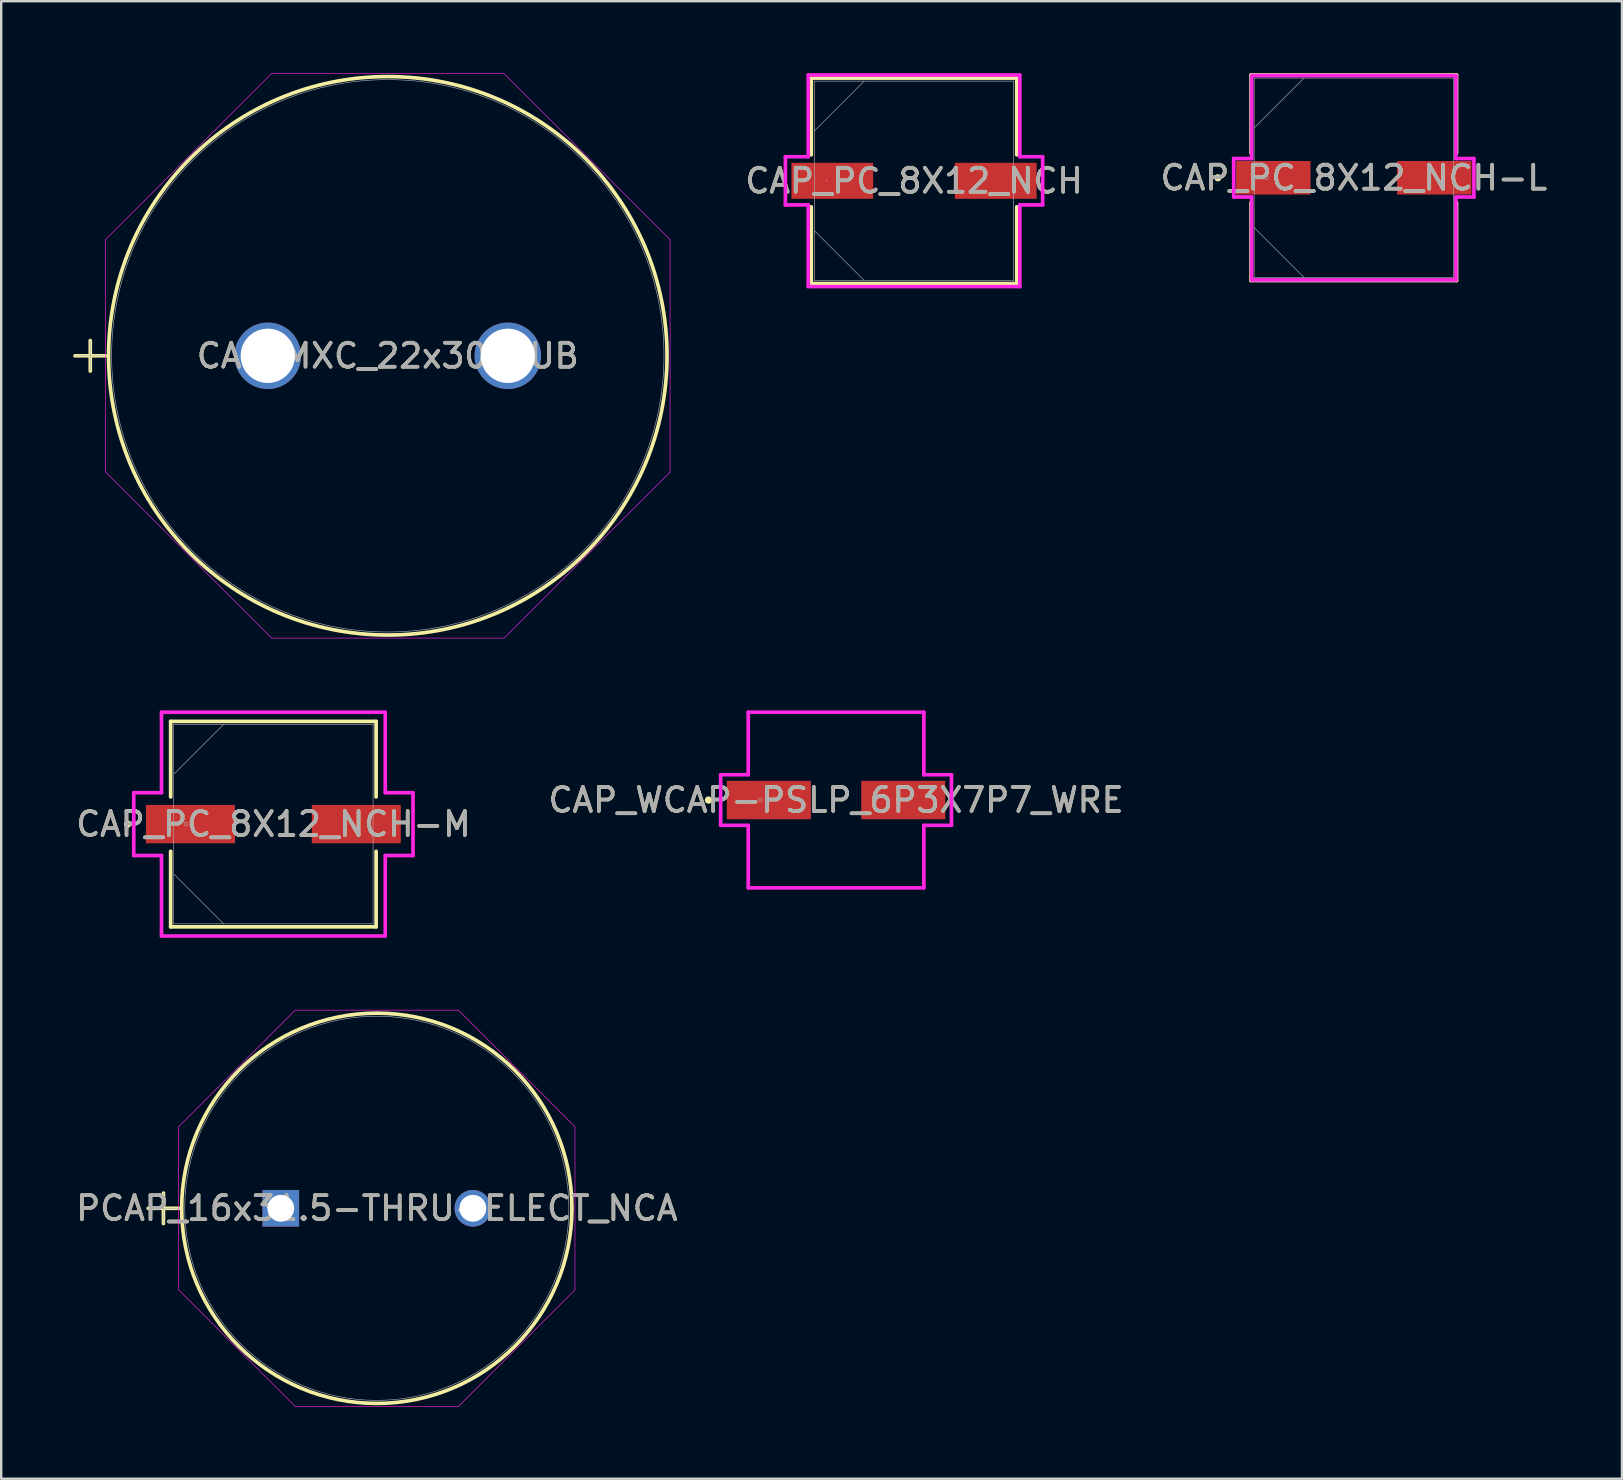
<source format=kicad_pcb>
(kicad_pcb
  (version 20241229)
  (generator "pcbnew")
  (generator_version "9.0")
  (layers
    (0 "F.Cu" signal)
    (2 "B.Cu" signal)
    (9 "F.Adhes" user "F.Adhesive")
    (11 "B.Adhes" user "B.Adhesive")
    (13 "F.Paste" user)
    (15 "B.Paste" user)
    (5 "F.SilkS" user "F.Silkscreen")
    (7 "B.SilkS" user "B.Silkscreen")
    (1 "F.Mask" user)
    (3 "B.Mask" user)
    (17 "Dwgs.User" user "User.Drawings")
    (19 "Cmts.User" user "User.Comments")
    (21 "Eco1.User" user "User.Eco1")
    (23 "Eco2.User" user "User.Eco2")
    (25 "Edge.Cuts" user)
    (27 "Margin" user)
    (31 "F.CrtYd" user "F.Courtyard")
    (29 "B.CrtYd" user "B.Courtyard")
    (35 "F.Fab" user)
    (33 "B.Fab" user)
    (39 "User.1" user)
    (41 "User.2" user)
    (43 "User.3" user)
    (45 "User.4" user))
  (footprint "PCAP_16x31.5-THRU-ELECT_NCA"
    (layer "F.Cu")
    (at 8.648 47.288)
    (property "Reference" "PCAP_16x31.5-THRU-ELECT_NCA" (at 4 0 0) (unlocked yes) (layer "F.SilkS") (effects (font (size 1 1) (thickness 0.15))))
    (attr through_hole)
    (fp_line (start -5.524 0) (end -4.255 0) (stroke (width 0.152) (type solid)) (layer "F.SilkS"))
    (fp_line (start -4.889 -0.635) (end -4.889 0.635) (stroke (width 0.152) (type solid)) (layer "F.SilkS"))
    (fp_circle (center 4 0) (end 12.129 0) (stroke (width 0.152) (type solid)) (fill no) (layer "F.SilkS"))
    (fp_line (start -4.255 -3.399) (end 0.601 -8.255) (stroke (width 0.025) (type solid)) (layer "F.CrtYd"))
    (fp_line (start -4.255 3.399) (end -4.255 -3.399) (stroke (width 0.025) (type solid)) (layer "F.CrtYd"))
    (fp_line (start 0.601 -8.255) (end 7.4 -8.255) (stroke (width 0.025) (type solid)) (layer "F.CrtYd"))
    (fp_line (start 0.601 8.255) (end -4.255 3.399) (stroke (width 0.025) (type solid)) (layer "F.CrtYd"))
    (fp_line (start 7.4 -8.255) (end 12.255 -3.399) (stroke (width 0.025) (type solid)) (layer "F.CrtYd"))
    (fp_line (start 7.4 8.255) (end 0.601 8.255) (stroke (width 0.025) (type solid)) (layer "F.CrtYd"))
    (fp_line (start 12.255 -3.399) (end 12.255 3.399) (stroke (width 0.025) (type solid)) (layer "F.CrtYd"))
    (fp_line (start 12.255 3.399) (end 7.4 8.255) (stroke (width 0.025) (type solid)) (layer "F.CrtYd"))
    (fp_line (start -5.524 0) (end -4.255 0) (stroke (width 0.025) (type solid)) (layer "F.Fab"))
    (fp_line (start -4.889 -0.635) (end -4.889 0.635) (stroke (width 0.025) (type solid)) (layer "F.Fab"))
    (fp_circle (center 4 0) (end 12.002 0) (stroke (width 0.025) (type solid)) (fill no) (layer "F.Fab"))
    (fp_text user "${REFERENCE}" (at 4 0 0) (unlocked yes) (layer "F.Fab") (effects (font (size 1 1) (thickness 0.15))))
    (pad "1" thru_hole rect (at 0 0) (size 1.524 1.524) (drill 1.118) (layers "*.Cu" "*.Mask"))
    (pad "2" thru_hole circle (at 8.001 0) (size 1.524 1.524) (drill 1.118) (layers "*.Cu" "*.Mask")))
  (footprint "CAP_PC_8X12_NCH"
    (layer "F.Cu")
    (at 35.028 4.483)
    (property "Reference" "CAP_PC_8X12_NCH" (at 0 0 0) (unlocked yes) (layer "F.SilkS") (effects (font (size 1 1) (thickness 0.15))))
    (attr smd)
    (fp_line (start -4.28 -4.28) (end -4.28 -1.082) (stroke (width 0.152) (type solid)) (layer "F.SilkS"))
    (fp_line (start -4.28 1.082) (end -4.28 4.28) (stroke (width 0.152) (type solid)) (layer "F.SilkS"))
    (fp_line (start -4.28 4.28) (end 4.28 4.28) (stroke (width 0.152) (type solid)) (layer "F.SilkS"))
    (fp_line (start 4.28 -4.28) (end -4.28 -4.28) (stroke (width 0.152) (type solid)) (layer "F.SilkS"))
    (fp_line (start 4.28 -1.082) (end 4.28 -4.28) (stroke (width 0.152) (type solid)) (layer "F.SilkS"))
    (fp_line (start 4.28 4.28) (end 4.28 1.082) (stroke (width 0.152) (type solid)) (layer "F.SilkS"))
    (fp_line (start -5.359 -1.003) (end -4.407 -1.003) (stroke (width 0.152) (type solid)) (layer "F.CrtYd"))
    (fp_line (start -5.359 1.003) (end -5.359 -1.003) (stroke (width 0.152) (type solid)) (layer "F.CrtYd"))
    (fp_line (start -4.407 -4.407) (end 4.407 -4.407) (stroke (width 0.152) (type solid)) (layer "F.CrtYd"))
    (fp_line (start -4.407 -1.003) (end -4.407 -4.407) (stroke (width 0.152) (type solid)) (layer "F.CrtYd"))
    (fp_line (start -4.407 1.003) (end -5.359 1.003) (stroke (width 0.152) (type solid)) (layer "F.CrtYd"))
    (fp_line (start -4.407 4.407) (end -4.407 1.003) (stroke (width 0.152) (type solid)) (layer "F.CrtYd"))
    (fp_line (start 4.407 -4.407) (end 4.407 -1.003) (stroke (width 0.152) (type solid)) (layer "F.CrtYd"))
    (fp_line (start 4.407 -1.003) (end 5.359 -1.003) (stroke (width 0.152) (type solid)) (layer "F.CrtYd"))
    (fp_line (start 4.407 1.003) (end 4.407 4.407) (stroke (width 0.152) (type solid)) (layer "F.CrtYd"))
    (fp_line (start 4.407 4.407) (end -4.407 4.407) (stroke (width 0.152) (type solid)) (layer "F.CrtYd"))
    (fp_line (start 5.359 -1.003) (end 5.359 1.003) (stroke (width 0.152) (type solid)) (layer "F.CrtYd"))
    (fp_line (start 5.359 1.003) (end 4.407 1.003) (stroke (width 0.152) (type solid)) (layer "F.CrtYd"))
    (fp_line (start -4.153 -4.153) (end -4.153 4.153) (stroke (width 0.025) (type solid)) (layer "F.Fab"))
    (fp_line (start -4.153 -2.076) (end -2.076 -4.153) (stroke (width 0.025) (type solid)) (layer "F.Fab"))
    (fp_line (start -4.153 2.076) (end -2.076 4.153) (stroke (width 0.025) (type solid)) (layer "F.Fab"))
    (fp_line (start -4.153 4.153) (end 4.153 4.153) (stroke (width 0.025) (type solid)) (layer "F.Fab"))
    (fp_line (start 4.153 -4.153) (end -4.153 -4.153) (stroke (width 0.025) (type solid)) (layer "F.Fab"))
    (fp_line (start 4.153 4.153) (end 4.153 -4.153) (stroke (width 0.025) (type solid)) (layer "F.Fab"))
    (fp_circle (center -3.645 0) (end -3.645 0) (stroke (width 0.025) (type solid)) (fill no) (layer "F.Fab"))
    (fp_text user "${REFERENCE}" (at 0 0 0) (unlocked yes) (layer "F.Fab") (effects (font (size 1 1) (thickness 0.15))))
    (pad "1" smd rect (at -3.404 0) (size 3.404 1.499) (layers "F.Cu" "F.Mask" "F.Paste"))
    (pad "2" smd rect (at 3.404 0) (size 3.404 1.499) (layers "F.Cu" "F.Mask" "F.Paste"))
    (zone (net_name "") (layer "F.Cu") (hatch full 0.508) (connect_pads) (min_thickness 0.254) (filled_areas_thickness no) (keepout (tracks not_allowed) (vias not_allowed) (pads allowed) (copperpour not_allowed) (footprints allowed)) (placement (enabled no)) (fill) (polygon (pts (xy 30.926 0.381) (xy 39.13 0.381) (xy 39.13 3.683) (xy 30.926 3.683))))
    (zone (net_name "") (layer "F.Cu") (hatch full 0.508) (connect_pads) (min_thickness 0.254) (filled_areas_thickness no) (keepout (tracks not_allowed) (vias not_allowed) (pads allowed) (copperpour not_allowed) (footprints allowed)) (placement (enabled no)) (fill) (polygon (pts (xy 30.926 5.283) (xy 39.13 5.283) (xy 39.13 8.585) (xy 30.926 8.585))))
    (zone (net_name "") (layer "F.Cu") (hatch full 0.508) (connect_pads) (min_thickness 0.254) (filled_areas_thickness no) (keepout (tracks not_allowed) (vias not_allowed) (pads allowed) (copperpour not_allowed) (footprints allowed)) (placement (enabled no)) (fill) (polygon (pts (xy 33.377 3.683) (xy 36.679 3.683) (xy 36.679 5.283) (xy 33.377 5.283)))))
  (footprint "CAP_PC_8X12_NCH-L"
    (layer "F.Cu")
    (at 53.35 4.356)
    (property "Reference" "CAP_PC_8X12_NCH-L" (at 0 0 0) (unlocked yes) (layer "F.SilkS") (effects (font (size 1 1) (thickness 0.15))))
    (attr smd)
    (fp_line (start -4.28 -4.28) (end -4.28 -1.031) (stroke (width 0.152) (type solid)) (layer "F.SilkS"))
    (fp_line (start -4.28 1.031) (end -4.28 4.28) (stroke (width 0.152) (type solid)) (layer "F.SilkS"))
    (fp_line (start -4.28 4.28) (end 4.28 4.28) (stroke (width 0.152) (type solid)) (layer "F.SilkS"))
    (fp_line (start 4.28 -4.28) (end -4.28 -4.28) (stroke (width 0.152) (type solid)) (layer "F.SilkS"))
    (fp_line (start 4.28 -1.031) (end 4.28 -4.28) (stroke (width 0.152) (type solid)) (layer "F.SilkS"))
    (fp_line (start 4.28 4.28) (end 4.28 1.031) (stroke (width 0.152) (type solid)) (layer "F.SilkS"))
    (fp_circle (center -5.664 0) (end -5.588 0) (stroke (width 0.152) (type solid)) (fill no) (layer "F.SilkS"))
    (fp_line (start -5.004 -0.8) (end -4.255 -0.8) (stroke (width 0.152) (type solid)) (layer "F.CrtYd"))
    (fp_line (start -5.004 0.8) (end -5.004 -0.8) (stroke (width 0.152) (type solid)) (layer "F.CrtYd"))
    (fp_line (start -4.255 -4.255) (end 4.255 -4.255) (stroke (width 0.152) (type solid)) (layer "F.CrtYd"))
    (fp_line (start -4.255 -0.8) (end -4.255 -4.255) (stroke (width 0.152) (type solid)) (layer "F.CrtYd"))
    (fp_line (start -4.255 0.8) (end -5.004 0.8) (stroke (width 0.152) (type solid)) (layer "F.CrtYd"))
    (fp_line (start -4.255 4.255) (end -4.255 0.8) (stroke (width 0.152) (type solid)) (layer "F.CrtYd"))
    (fp_line (start 4.255 -4.255) (end 4.255 -0.8) (stroke (width 0.152) (type solid)) (layer "F.CrtYd"))
    (fp_line (start 4.255 -0.8) (end 5.004 -0.8) (stroke (width 0.152) (type solid)) (layer "F.CrtYd"))
    (fp_line (start 4.255 0.8) (end 4.255 4.255) (stroke (width 0.152) (type solid)) (layer "F.CrtYd"))
    (fp_line (start 4.255 4.255) (end -4.255 4.255) (stroke (width 0.152) (type solid)) (layer "F.CrtYd"))
    (fp_line (start 5.004 -0.8) (end 5.004 0.8) (stroke (width 0.152) (type solid)) (layer "F.CrtYd"))
    (fp_line (start 5.004 0.8) (end 4.255 0.8) (stroke (width 0.152) (type solid)) (layer "F.CrtYd"))
    (fp_line (start -4.153 -4.153) (end -4.153 4.153) (stroke (width 0.025) (type solid)) (layer "F.Fab"))
    (fp_line (start -4.153 -2.076) (end -2.076 -4.153) (stroke (width 0.025) (type solid)) (layer "F.Fab"))
    (fp_line (start -4.153 2.076) (end -2.076 4.153) (stroke (width 0.025) (type solid)) (layer "F.Fab"))
    (fp_line (start -4.153 4.153) (end 4.153 4.153) (stroke (width 0.025) (type solid)) (layer "F.Fab"))
    (fp_line (start 4.153 -4.153) (end -4.153 -4.153) (stroke (width 0.025) (type solid)) (layer "F.Fab"))
    (fp_line (start 4.153 4.153) (end 4.153 -4.153) (stroke (width 0.025) (type solid)) (layer "F.Fab"))
    (fp_circle (center -3.645 0) (end -3.569 0) (stroke (width 0.025) (type solid)) (fill no) (layer "F.Fab"))
    (fp_text user "${REFERENCE}" (at 0 0 0) (unlocked yes) (layer "F.Fab") (effects (font (size 1 1) (thickness 0.15))))
    (pad "1" smd rect (at -3.353 0) (size 3.099 1.397) (layers "F.Cu" "F.Mask" "F.Paste"))
    (pad "2" smd rect (at 3.353 0) (size 3.099 1.397) (layers "F.Cu" "F.Mask" "F.Paste"))
    (zone (net_name "") (layer "F.Cu") (hatch full 0.508) (connect_pads) (min_thickness 0.254) (filled_areas_thickness no) (keepout (tracks not_allowed) (vias not_allowed) (pads allowed) (copperpour not_allowed) (footprints allowed)) (placement (enabled no)) (fill) (polygon (pts (xy 49.247 0.254) (xy 57.452 0.254) (xy 57.452 3.607) (xy 49.247 3.607))))
    (zone (net_name "") (layer "F.Cu") (hatch full 0.508) (connect_pads) (min_thickness 0.254) (filled_areas_thickness no) (keepout (tracks not_allowed) (vias not_allowed) (pads allowed) (copperpour not_allowed) (footprints allowed)) (placement (enabled no)) (fill) (polygon (pts (xy 49.247 5.105) (xy 57.452 5.105) (xy 57.452 8.458) (xy 49.247 8.458))))
    (zone (net_name "") (layer "F.Cu") (hatch full 0.508) (connect_pads) (min_thickness 0.254) (filled_areas_thickness no) (keepout (tracks not_allowed) (vias not_allowed) (pads allowed) (copperpour not_allowed) (footprints allowed)) (placement (enabled no)) (fill) (polygon (pts (xy 51.597 3.607) (xy 55.102 3.607) (xy 55.102 5.105) (xy 51.597 5.105)))))
  (footprint "CAP_WCAP-PSLP_6P3X7P7_WRE"
    (layer "F.Cu")
    (at 31.78 30.28)
    (property "Reference" "CAP_WCAP-PSLP_6P3X7P7_WRE" (at 0 0 0) (unlocked yes) (layer "F.SilkS") (effects (font (size 1 1) (thickness 0.15))))
    (attr smd)
    (fp_circle (center -5.315 0) (end -5.238 0) (stroke (width 0.152) (type solid)) (fill no) (layer "F.SilkS"))
    (fp_line (start -4.807 -1.054) (end -3.658 -1.054) (stroke (width 0.152) (type solid)) (layer "F.CrtYd"))
    (fp_line (start -4.807 1.054) (end -4.807 -1.054) (stroke (width 0.152) (type solid)) (layer "F.CrtYd"))
    (fp_line (start -3.658 -3.658) (end 3.658 -3.658) (stroke (width 0.152) (type solid)) (layer "F.CrtYd"))
    (fp_line (start -3.658 -1.054) (end -3.658 -3.658) (stroke (width 0.152) (type solid)) (layer "F.CrtYd"))
    (fp_line (start -3.658 1.054) (end -4.807 1.054) (stroke (width 0.152) (type solid)) (layer "F.CrtYd"))
    (fp_line (start -3.658 3.658) (end -3.658 1.054) (stroke (width 0.152) (type solid)) (layer "F.CrtYd"))
    (fp_line (start 3.658 -3.658) (end 3.658 -1.054) (stroke (width 0.152) (type solid)) (layer "F.CrtYd"))
    (fp_line (start 3.658 -1.054) (end 4.807 -1.054) (stroke (width 0.152) (type solid)) (layer "F.CrtYd"))
    (fp_line (start 3.658 1.054) (end 3.658 3.658) (stroke (width 0.152) (type solid)) (layer "F.CrtYd"))
    (fp_line (start 3.658 3.658) (end -3.658 3.658) (stroke (width 0.152) (type solid)) (layer "F.CrtYd"))
    (fp_line (start 4.807 -1.054) (end 4.807 1.054) (stroke (width 0.152) (type solid)) (layer "F.CrtYd"))
    (fp_line (start 4.807 1.054) (end 3.658 1.054) (stroke (width 0.152) (type solid)) (layer "F.CrtYd"))
    (fp_circle (center -3.15 0) (end -3.073 0) (stroke (width 0.025) (type solid)) (fill no) (layer "F.Fab"))
    (fp_text user "${REFERENCE}" (at 0 0 0) (unlocked yes) (layer "F.Fab") (effects (font (size 1 1) (thickness 0.15))))
    (pad "1" smd rect (at -2.8 0) (size 3.505 1.6) (layers "F.Cu" "F.Mask" "F.Paste"))
    (pad "2" smd rect (at 2.8 0) (size 3.505 1.6) (layers "F.Cu" "F.Mask" "F.Paste"))
    (zone (net_name "") (layer "F.Cu") (hatch full 0.508) (connect_pads) (min_thickness 0.254) (filled_areas_thickness no) (keepout (tracks not_allowed) (vias not_allowed) (pads allowed) (copperpour not_allowed) (footprints allowed)) (placement (enabled no)) (fill) (polygon (pts (xy 28.427 26.927) (xy 35.133 26.927) (xy 35.133 29.429) (xy 28.427 29.429))))
    (zone (net_name "") (layer "F.Cu") (hatch full 0.508) (connect_pads) (min_thickness 0.254) (filled_areas_thickness no) (keepout (tracks not_allowed) (vias not_allowed) (pads allowed) (copperpour not_allowed) (footprints allowed)) (placement (enabled no)) (fill) (polygon (pts (xy 28.427 31.131) (xy 35.133 31.131) (xy 35.133 33.632) (xy 28.427 33.632))))
    (zone (net_name "") (layer "F.Cu") (hatch full 0.508) (connect_pads) (min_thickness 0.254) (filled_areas_thickness no) (keepout (tracks not_allowed) (vias not_allowed) (pads allowed) (copperpour not_allowed) (footprints allowed)) (placement (enabled no)) (fill) (polygon (pts (xy 30.529 29.429) (xy 33.03 29.429) (xy 33.03 31.131) (xy 30.529 31.131))))
    (zone (net_name "") (layer "F.Cu") (hatch full 0.508) (connect_pads) (min_thickness 0.254) (filled_areas_thickness no) (keepout (tracks not_allowed) (vias not_allowed) (pads allowed) (copperpour not_allowed) (footprints allowed)) (placement (enabled no)) (fill) (polygon (pts (xy 30.529 29.429) (xy 33.03 29.429) (xy 33.03 31.131) (xy 30.529 31.131)))))
  (footprint "CAP_MXC_22x30_RUB"
    (layer "F.Cu")
    (at 8.106 11.773)
    (property "Reference" "CAP_MXC_22x30_RUB" (at 5 0 0) (unlocked yes) (layer "F.SilkS") (effects (font (size 1 1) (thickness 0.15))))
    (attr through_hole)
    (fp_line (start -8.03 0) (end -6.76 0) (stroke (width 0.152) (type solid)) (layer "F.SilkS"))
    (fp_line (start -7.395 -0.635) (end -7.395 0.635) (stroke (width 0.152) (type solid)) (layer "F.SilkS"))
    (fp_circle (center 5 0) (end 16.633 0) (stroke (width 0.152) (type solid)) (fill no) (layer "F.SilkS"))
    (fp_line (start -6.76 -4.842) (end 0.158 -11.76) (stroke (width 0.025) (type solid)) (layer "F.CrtYd"))
    (fp_line (start -6.76 4.842) (end -6.76 -4.842) (stroke (width 0.025) (type solid)) (layer "F.CrtYd"))
    (fp_line (start 0.158 -11.76) (end 9.842 -11.76) (stroke (width 0.025) (type solid)) (layer "F.CrtYd"))
    (fp_line (start 0.158 11.76) (end -6.76 4.842) (stroke (width 0.025) (type solid)) (layer "F.CrtYd"))
    (fp_line (start 9.842 -11.76) (end 16.76 -4.842) (stroke (width 0.025) (type solid)) (layer "F.CrtYd"))
    (fp_line (start 9.842 11.76) (end 0.158 11.76) (stroke (width 0.025) (type solid)) (layer "F.CrtYd"))
    (fp_line (start 16.76 -4.842) (end 16.76 4.842) (stroke (width 0.025) (type solid)) (layer "F.CrtYd"))
    (fp_line (start 16.76 4.842) (end 9.842 11.76) (stroke (width 0.025) (type solid)) (layer "F.CrtYd"))
    (fp_line (start -8.03 0) (end -6.76 0) (stroke (width 0.025) (type solid)) (layer "F.Fab"))
    (fp_line (start -7.395 -0.635) (end -7.395 0.635) (stroke (width 0.025) (type solid)) (layer "F.Fab"))
    (fp_circle (center 5 0) (end 16.506 0) (stroke (width 0.025) (type solid)) (fill no) (layer "F.Fab"))
    (fp_text user "${REFERENCE}" (at 5 0 0) (unlocked yes) (layer "F.Fab") (effects (font (size 1 1) (thickness 0.15))))
    (pad "1" thru_hole circle (at 0 0) (size 2.769 2.769) (drill 2.261) (layers "*.Cu" "*.Mask"))
    (pad "2" thru_hole circle (at 10 0) (size 2.769 2.769) (drill 2.261) (layers "*.Cu" "*.Mask")))
  (footprint "CAP_PC_8X12_NCH-M"
    (layer "F.Cu")
    (at 8.339 31.283)
    (property "Reference" "CAP_PC_8X12_NCH-M" (at 0 0 0) (unlocked yes) (layer "F.SilkS") (effects (font (size 1 1) (thickness 0.15))))
    (attr smd)
    (fp_line (start -4.28 -4.28) (end -4.28 -1.133) (stroke (width 0.152) (type solid)) (layer "F.SilkS"))
    (fp_line (start -4.28 1.133) (end -4.28 4.28) (stroke (width 0.152) (type solid)) (layer "F.SilkS"))
    (fp_line (start -4.28 4.28) (end 4.28 4.28) (stroke (width 0.152) (type solid)) (layer "F.SilkS"))
    (fp_line (start 4.28 -4.28) (end -4.28 -4.28) (stroke (width 0.152) (type solid)) (layer "F.SilkS"))
    (fp_line (start 4.28 -1.133) (end 4.28 -4.28) (stroke (width 0.152) (type solid)) (layer "F.SilkS"))
    (fp_line (start 4.28 4.28) (end 4.28 1.133) (stroke (width 0.152) (type solid)) (layer "F.SilkS"))
    (fp_circle (center -6.071 0) (end -5.994 0) (stroke (width 0.152) (type solid)) (fill no) (layer "F.SilkS"))
    (fp_line (start -5.817 -1.308) (end -4.661 -1.308) (stroke (width 0.152) (type solid)) (layer "F.CrtYd"))
    (fp_line (start -5.817 1.308) (end -5.817 -1.308) (stroke (width 0.152) (type solid)) (layer "F.CrtYd"))
    (fp_line (start -4.661 -4.661) (end 4.661 -4.661) (stroke (width 0.152) (type solid)) (layer "F.CrtYd"))
    (fp_line (start -4.661 -1.308) (end -4.661 -4.661) (stroke (width 0.152) (type solid)) (layer "F.CrtYd"))
    (fp_line (start -4.661 1.308) (end -5.817 1.308) (stroke (width 0.152) (type solid)) (layer "F.CrtYd"))
    (fp_line (start -4.661 4.661) (end -4.661 1.308) (stroke (width 0.152) (type solid)) (layer "F.CrtYd"))
    (fp_line (start 4.661 -4.661) (end 4.661 -1.308) (stroke (width 0.152) (type solid)) (layer "F.CrtYd"))
    (fp_line (start 4.661 -1.308) (end 5.817 -1.308) (stroke (width 0.152) (type solid)) (layer "F.CrtYd"))
    (fp_line (start 4.661 1.308) (end 4.661 4.661) (stroke (width 0.152) (type solid)) (layer "F.CrtYd"))
    (fp_line (start 4.661 4.661) (end -4.661 4.661) (stroke (width 0.152) (type solid)) (layer "F.CrtYd"))
    (fp_line (start 5.817 -1.308) (end 5.817 1.308) (stroke (width 0.152) (type solid)) (layer "F.CrtYd"))
    (fp_line (start 5.817 1.308) (end 4.661 1.308) (stroke (width 0.152) (type solid)) (layer "F.CrtYd"))
    (fp_line (start -4.153 -4.153) (end -4.153 4.153) (stroke (width 0.025) (type solid)) (layer "F.Fab"))
    (fp_line (start -4.153 -2.076) (end -2.076 -4.153) (stroke (width 0.025) (type solid)) (layer "F.Fab"))
    (fp_line (start -4.153 2.076) (end -2.076 4.153) (stroke (width 0.025) (type solid)) (layer "F.Fab"))
    (fp_line (start -4.153 4.153) (end 4.153 4.153) (stroke (width 0.025) (type solid)) (layer "F.Fab"))
    (fp_line (start 4.153 -4.153) (end -4.153 -4.153) (stroke (width 0.025) (type solid)) (layer "F.Fab"))
    (fp_line (start 4.153 4.153) (end 4.153 -4.153) (stroke (width 0.025) (type solid)) (layer "F.Fab"))
    (fp_circle (center -3.645 0) (end -3.569 0) (stroke (width 0.025) (type solid)) (fill no) (layer "F.Fab"))
    (fp_text user "${REFERENCE}" (at 0 0 0) (unlocked yes) (layer "F.Fab") (effects (font (size 1 1) (thickness 0.15))))
    (pad "1" smd rect (at -3.454 0) (size 3.708 1.6) (layers "F.Cu" "F.Mask" "F.Paste"))
    (pad "2" smd rect (at 3.454 0) (size 3.708 1.6) (layers "F.Cu" "F.Mask" "F.Paste"))
    (zone (net_name "") (layer "F.Cu") (hatch full 0.508) (connect_pads) (min_thickness 0.254) (filled_areas_thickness no) (keepout (tracks not_allowed) (vias not_allowed) (pads allowed) (copperpour not_allowed) (footprints allowed)) (placement (enabled no)) (fill) (polygon (pts (xy 4.237 27.181) (xy 12.441 27.181) (xy 12.441 30.432) (xy 4.237 30.432))))
    (zone (net_name "") (layer "F.Cu") (hatch full 0.508) (connect_pads) (min_thickness 0.254) (filled_areas_thickness no) (keepout (tracks not_allowed) (vias not_allowed) (pads allowed) (copperpour not_allowed) (footprints allowed)) (placement (enabled no)) (fill) (polygon (pts (xy 4.237 32.134) (xy 12.441 32.134) (xy 12.441 35.385) (xy 4.237 35.385))))
    (zone (net_name "") (layer "F.Cu") (hatch full 0.508) (connect_pads) (min_thickness 0.254) (filled_areas_thickness no) (keepout (tracks not_allowed) (vias not_allowed) (pads allowed) (copperpour not_allowed) (footprints allowed)) (placement (enabled no)) (fill) (polygon (pts (xy 6.79 30.432) (xy 9.889 30.432) (xy 9.889 32.134) (xy 6.79 32.134)))))
  (gr_rect
    (start -3 -3)
    (end 64.522 58.555)
    (stroke (width 0.1) (type default))
    (fill no)
    (layer "Edge.Cuts")))
</source>
